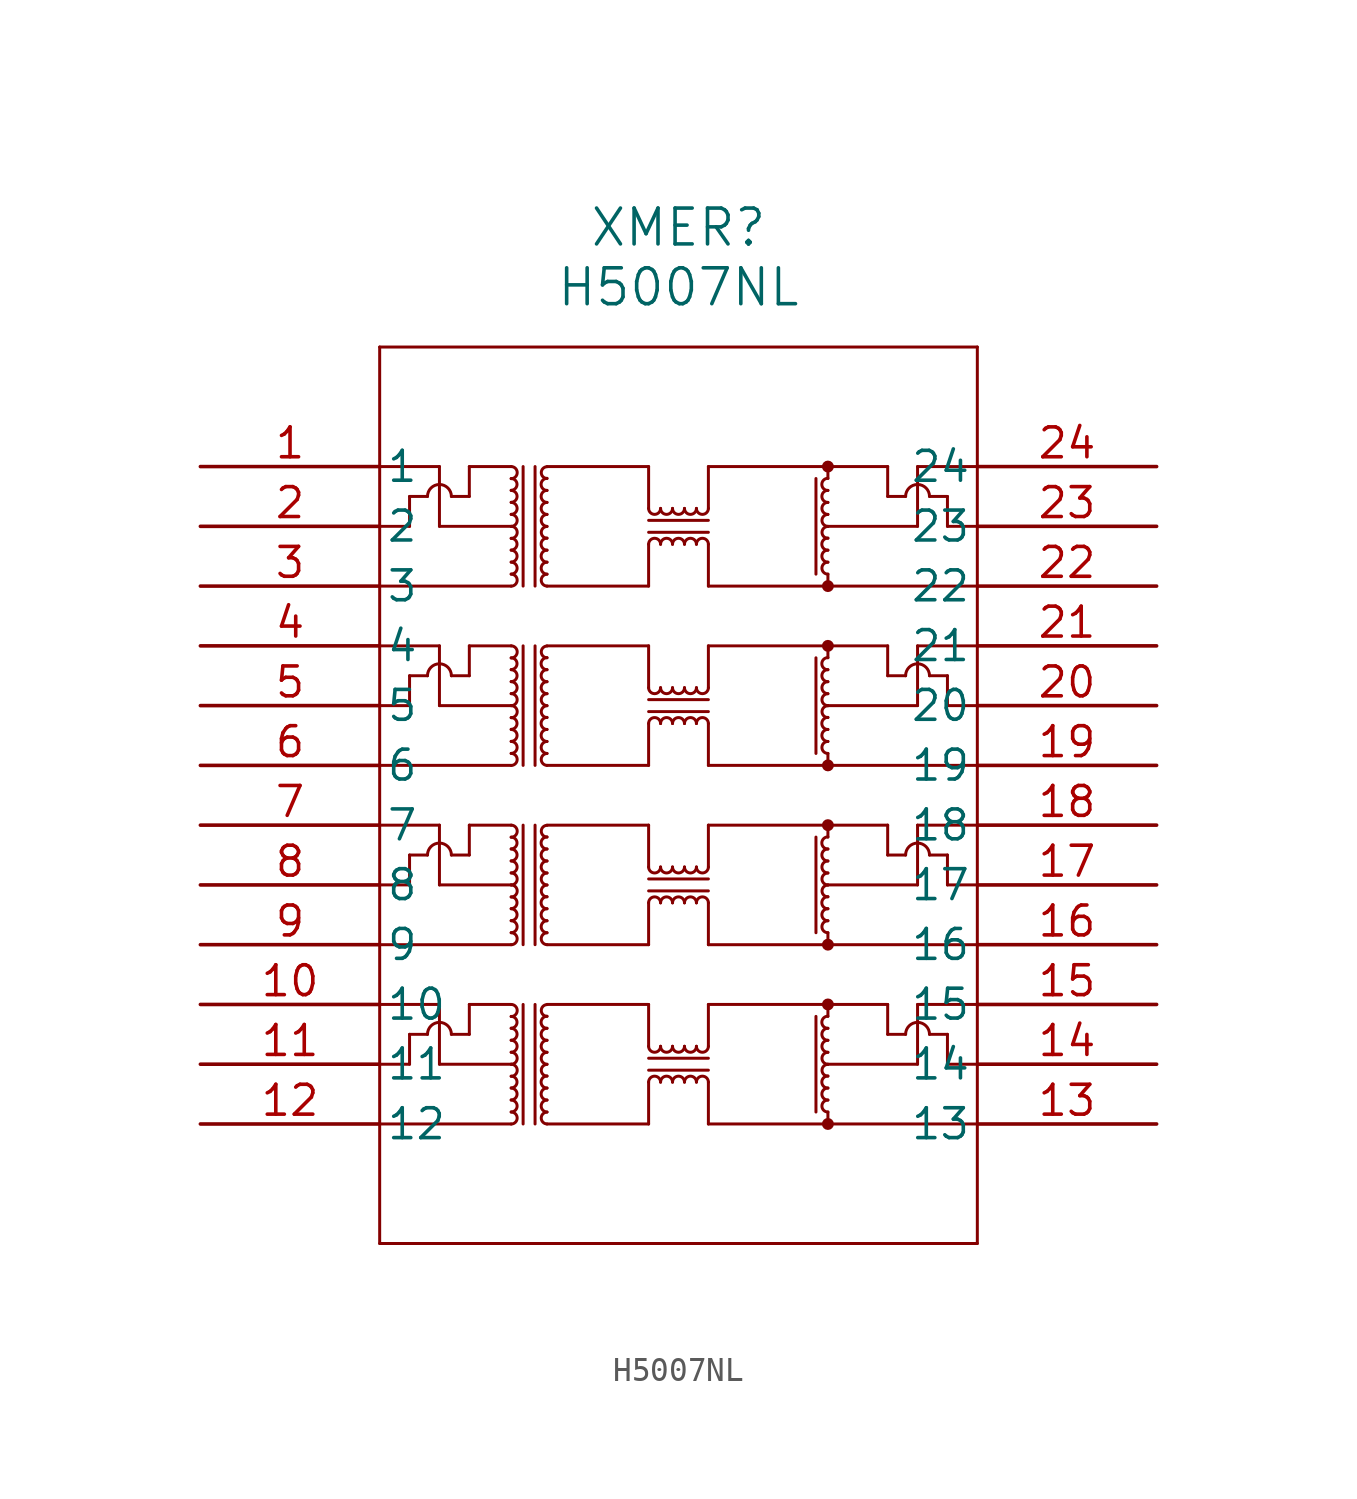
<source format=kicad_sym>
(kicad_symbol_lib
  (version 20211014)
  (generator kicad_symbol_editor)
  (symbol "H5007NL"
    (pin_names
      (offset 0.254))
    (property "Reference" "XMER"
      (at 20.32 10.16 0)
      (effects (font (size 1.524 1.524))))
    (property "Value" "H5007NL"
      (at 20.32 7.62 0)
      (effects (font (size 1.524 1.524))))
    (symbol "H5007NL_0_1"
      (polyline (pts (xy 7.62 5.08) (xy 7.62 -33.02)) (stroke (width 0.127) (type default) (color 0 0 0 0)) (fill (type none)))
      (polyline (pts (xy 7.62 -33.02) (xy 33.02 -33.02)) (stroke (width 0.127) (type default) (color 0 0 0 0)) (fill (type none)))
      (polyline (pts (xy 33.02 -33.02) (xy 33.02 5.08)) (stroke (width 0.127) (type default) (color 0 0 0 0)) (fill (type none)))
      (polyline (pts (xy 33.02 5.08) (xy 7.62 5.08)) (stroke (width 0.127) (type default) (color 0 0 0 0)) (fill (type none)))
      (arc (start 13.208 -4.064) (mid 13.462 -3.81) (end 13.208 -3.556) (stroke (width 0.127) (type default) (color 0 0 0 0)) (fill (type none)))
      (polyline (pts (xy 13.716 0) (xy 13.716 -5.08)) (stroke (width 0.127) (type default) (color 0 0 0 0)) (fill (type none)))
      (polyline (pts (xy 14.224 -5.08) (xy 14.224 0)) (stroke (width 0.127) (type default) (color 0 0 0 0)) (fill (type none)))
      (arc (start 13.208 -3.556) (mid 13.462 -3.302) (end 13.208 -3.048) (stroke (width 0.127) (type default) (color 0 0 0 0)) (fill (type none)))
      (arc (start 13.208 -3.048) (mid 13.462 -2.794) (end 13.208 -2.54) (stroke (width 0.127) (type default) (color 0 0 0 0)) (fill (type none)))
      (arc (start 13.208 -2.54) (mid 13.462 -2.286) (end 13.208 -2.032) (stroke (width 0.127) (type default) (color 0 0 0 0)) (fill (type none)))
      (arc (start 13.208 -0.508) (mid 13.462 -0.254) (end 13.208 0) (stroke (width 0.127) (type default) (color 0 0 0 0)) (fill (type none)))
      (arc (start 13.208 -1.016) (mid 13.462 -0.762) (end 13.208 -0.508) (stroke (width 0.127) (type default) (color 0 0 0 0)) (fill (type none)))
      (arc (start 13.208 -1.524) (mid 13.462 -1.27) (end 13.208 -1.016) (stroke (width 0.127) (type default) (color 0 0 0 0)) (fill (type none)))
      (arc (start 13.208 -2.032) (mid 13.462 -1.778) (end 13.208 -1.524) (stroke (width 0.127) (type default) (color 0 0 0 0)) (fill (type none)))
      (arc (start 13.208 -4.572) (mid 13.462 -4.318) (end 13.208 -4.064) (stroke (width 0.127) (type default) (color 0 0 0 0)) (fill (type none)))
      (arc (start 13.208 -5.08) (mid 13.462 -4.826) (end 13.208 -4.572) (stroke (width 0.127) (type default) (color 0 0 0 0)) (fill (type none)))
      (arc (start 14.732 -1.016) (mid 14.478 -1.27) (end 14.732 -1.524) (stroke (width 0.127) (type default) (color 0 0 0 0)) (fill (type none)))
      (arc (start 14.732 -1.524) (mid 14.478 -1.778) (end 14.732 -2.032) (stroke (width 0.127) (type default) (color 0 0 0 0)) (fill (type none)))
      (arc (start 14.732 -2.032) (mid 14.478 -2.286) (end 14.732 -2.54) (stroke (width 0.127) (type default) (color 0 0 0 0)) (fill (type none)))
      (arc (start 14.732 -2.54) (mid 14.478 -2.794) (end 14.732 -3.048) (stroke (width 0.127) (type default) (color 0 0 0 0)) (fill (type none)))
      (arc (start 14.732 -4.572) (mid 14.478 -4.826) (end 14.732 -5.08) (stroke (width 0.127) (type default) (color 0 0 0 0)) (fill (type none)))
      (arc (start 14.732 -4.064) (mid 14.478 -4.318) (end 14.732 -4.572) (stroke (width 0.127) (type default) (color 0 0 0 0)) (fill (type none)))
      (arc (start 14.732 -3.556) (mid 14.478 -3.81) (end 14.732 -4.064) (stroke (width 0.127) (type default) (color 0 0 0 0)) (fill (type none)))
      (arc (start 14.732 -3.048) (mid 14.478 -3.302) (end 14.732 -3.556) (stroke (width 0.127) (type default) (color 0 0 0 0)) (fill (type none)))
      (arc (start 14.732 -0.508) (mid 14.478 -0.762) (end 14.732 -1.016) (stroke (width 0.127) (type default) (color 0 0 0 0)) (fill (type none)))
      (arc (start 14.732 0) (mid 14.478 -0.254) (end 14.732 -0.508) (stroke (width 0.127) (type default) (color 0 0 0 0)) (fill (type none)))
      (polyline (pts (xy 26.162 -0.508) (xy 26.162 -4.572)) (stroke (width 0.127) (type default) (color 0 0 0 0)) (fill (type none)))
      (arc (start 26.67 -1.016) (mid 26.416 -1.27) (end 26.67 -1.524) (stroke (width 0.127) (type default) (color 0 0 0 0)) (fill (type none)))
      (arc (start 26.67 -1.524) (mid 26.416 -1.778) (end 26.67 -2.032) (stroke (width 0.127) (type default) (color 0 0 0 0)) (fill (type none)))
      (arc (start 26.67 -2.032) (mid 26.416 -2.286) (end 26.67 -2.54) (stroke (width 0.127) (type default) (color 0 0 0 0)) (fill (type none)))
      (arc (start 26.67 -2.54) (mid 26.416 -2.794) (end 26.67 -3.048) (stroke (width 0.127) (type default) (color 0 0 0 0)) (fill (type none)))
      (polyline (pts (xy 26.67 -4.572) (xy 26.67 -5.08)) (stroke (width 0.127) (type default) (color 0 0 0 0)) (fill (type none)))
      (arc (start 26.67 -4.064) (mid 26.416 -4.318) (end 26.67 -4.572) (stroke (width 0.127) (type default) (color 0 0 0 0)) (fill (type none)))
      (arc (start 26.67 -3.556) (mid 26.416 -3.81) (end 26.67 -4.064) (stroke (width 0.127) (type default) (color 0 0 0 0)) (fill (type none)))
      (arc (start 26.67 -3.048) (mid 26.416 -3.302) (end 26.67 -3.556) (stroke (width 0.127) (type default) (color 0 0 0 0)) (fill (type none)))
      (arc (start 26.67 -0.508) (mid 26.416 -0.762) (end 26.67 -1.016) (stroke (width 0.127) (type default) (color 0 0 0 0)) (fill (type none)))
      (polyline (pts (xy 26.67 -0.508) (xy 26.67 0)) (stroke (width 0.127) (type default) (color 0 0 0 0)) (fill (type none)))
      (arc (start 21.59 -3.302) (mid 21.336 -3.048) (end 21.082 -3.302) (stroke (width 0.127) (type default) (color 0 0 0 0)) (fill (type none)))
      (arc (start 19.558 -3.302) (mid 19.304 -3.048) (end 19.05 -3.302) (stroke (width 0.127) (type default) (color 0 0 0 0)) (fill (type none)))
      (arc (start 20.066 -3.302) (mid 19.812 -3.048) (end 19.558 -3.302) (stroke (width 0.127) (type default) (color 0 0 0 0)) (fill (type none)))
      (arc (start 20.574 -3.302) (mid 20.32 -3.048) (end 20.066 -3.302) (stroke (width 0.127) (type default) (color 0 0 0 0)) (fill (type none)))
      (arc (start 21.082 -3.302) (mid 20.828 -3.048) (end 20.574 -3.302) (stroke (width 0.127) (type default) (color 0 0 0 0)) (fill (type none)))
      (arc (start 20.066 -1.778) (mid 20.32 -2.032) (end 20.574 -1.778) (stroke (width 0.127) (type default) (color 0 0 0 0)) (fill (type none)))
      (arc (start 20.574 -1.778) (mid 20.828 -2.032) (end 21.082 -1.778) (stroke (width 0.127) (type default) (color 0 0 0 0)) (fill (type none)))
      (arc (start 21.082 -1.778) (mid 21.336 -2.032) (end 21.59 -1.778) (stroke (width 0.127) (type default) (color 0 0 0 0)) (fill (type none)))
      (arc (start 19.558 -1.778) (mid 19.812 -2.032) (end 20.066 -1.778) (stroke (width 0.127) (type default) (color 0 0 0 0)) (fill (type none)))
      (arc (start 19.05 -1.778) (mid 19.304 -2.032) (end 19.558 -1.778) (stroke (width 0.127) (type default) (color 0 0 0 0)) (fill (type none)))
      (polyline (pts (xy 19.05 -2.286) (xy 21.59 -2.286)) (stroke (width 0.127) (type default) (color 0 0 0 0)) (fill (type none)))
      (polyline (pts (xy 21.59 -2.794) (xy 19.05 -2.794)) (stroke (width 0.127) (type default) (color 0 0 0 0)) (fill (type none)))
      (polyline (pts (xy 7.62 0) (xy 10.16 0)) (stroke (width 0.127) (type default) (color 0 0 0 0)) (fill (type none)))
      (polyline (pts (xy 7.62 -2.54) (xy 8.89 -2.54)) (stroke (width 0.127) (type default) (color 0 0 0 0)) (fill (type none)))
      (polyline (pts (xy 8.89 -2.54) (xy 8.89 -1.27)) (stroke (width 0.127) (type default) (color 0 0 0 0)) (fill (type none)))
      (polyline (pts (xy 11.43 -1.27) (xy 11.43 0)) (stroke (width 0.127) (type default) (color 0 0 0 0)) (fill (type none)))
      (polyline (pts (xy 11.43 0) (xy 13.208 0)) (stroke (width 0.127) (type default) (color 0 0 0 0)) (fill (type none)))
      (polyline (pts (xy 10.16 -2.54) (xy 13.208 -2.54)) (stroke (width 0.127) (type default) (color 0 0 0 0)) (fill (type none)))
      (polyline (pts (xy 7.62 -5.08) (xy 13.208 -5.08)) (stroke (width 0.127) (type default) (color 0 0 0 0)) (fill (type none)))
      (polyline (pts (xy 14.732 -5.08) (xy 19.05 -5.08)) (stroke (width 0.127) (type default) (color 0 0 0 0)) (fill (type none)))
      (polyline (pts (xy 19.05 -5.08) (xy 19.05 -3.302)) (stroke (width 0.127) (type default) (color 0 0 0 0)) (fill (type none)))
      (polyline (pts (xy 19.05 -1.778) (xy 19.05 0)) (stroke (width 0.127) (type default) (color 0 0 0 0)) (fill (type none)))
      (polyline (pts (xy 14.732 0) (xy 19.05 0)) (stroke (width 0.127) (type default) (color 0 0 0 0)) (fill (type none)))
      (polyline (pts (xy 21.59 -1.778) (xy 21.59 0)) (stroke (width 0.127) (type default) (color 0 0 0 0)) (fill (type none)))
      (polyline (pts (xy 21.59 -3.302) (xy 21.59 -5.08)) (stroke (width 0.127) (type default) (color 0 0 0 0)) (fill (type none)))
      (polyline (pts (xy 21.59 -5.08) (xy 33.02 -5.08)) (stroke (width 0.127) (type default) (color 0 0 0 0)) (fill (type none)))
      (polyline (pts (xy 33.02 0) (xy 30.48 0)) (stroke (width 0.127) (type default) (color 0 0 0 0)) (fill (type none)))
      (polyline (pts (xy 30.48 -2.54) (xy 26.67 -2.54)) (stroke (width 0.127) (type default) (color 0 0 0 0)) (fill (type none)))
      (polyline (pts (xy 33.02 -2.54) (xy 31.75 -2.54)) (stroke (width 0.127) (type default) (color 0 0 0 0)) (fill (type none)))
      (polyline (pts (xy 31.75 -1.27) (xy 31.75 -2.54)) (stroke (width 0.127) (type default) (color 0 0 0 0)) (fill (type none)))
      (polyline (pts (xy 29.21 -1.27) (xy 29.21 0)) (stroke (width 0.127) (type default) (color 0 0 0 0)) (fill (type none)))
      (polyline (pts (xy 29.21 0) (xy 21.59 0)) (stroke (width 0.127) (type default) (color 0 0 0 0)) (fill (type none)))
      (polyline (pts (xy 29.21 -1.27) (xy 29.972 -1.27)) (stroke (width 0.127) (type default) (color 0 0 0 0)) (fill (type none)))
      (polyline (pts (xy 30.988 -1.27) (xy 31.75 -1.27)) (stroke (width 0.127) (type default) (color 0 0 0 0)) (fill (type none)))
      (polyline (pts (xy 30.48 0) (xy 30.48 -2.54)) (stroke (width 0.127) (type default) (color 0 0 0 0)) (fill (type none)))
      (polyline (pts (xy 10.16 0) (xy 10.16 -2.54)) (stroke (width 0.127) (type default) (color 0 0 0 0)) (fill (type none)))
      (polyline (pts (xy 8.89 -1.27) (xy 9.652 -1.27)) (stroke (width 0.127) (type default) (color 0 0 0 0)) (fill (type none)))
      (polyline (pts (xy 10.668 -1.27) (xy 11.43 -1.27)) (stroke (width 0.127) (type default) (color 0 0 0 0)) (fill (type none)))
      (arc (start 10.668 -1.27) (mid 10.16 -0.762) (end 9.652 -1.27) (stroke (width 0.127) (type default) (color 0 0 0 0)) (fill (type none)))
      (arc (start 30.988 -1.27) (mid 30.48 -0.762) (end 29.972 -1.27) (stroke (width 0.127) (type default) (color 0 0 0 0)) (fill (type none)))
      (circle (center 26.67 -5.08) (radius 0.127) (stroke (width 0.254) (type default) (color 0 0 0 0)) (fill (type none)))
      (circle (center 26.67 0) (radius 0.127) (stroke (width 0.254) (type default) (color 0 0 0 0)) (fill (type none)))
      (arc (start 13.208 -11.684) (mid 13.462 -11.43) (end 13.208 -11.176) (stroke (width 0.127) (type default) (color 0 0 0 0)) (fill (type none)))
      (polyline (pts (xy 13.716 -7.62) (xy 13.716 -12.7)) (stroke (width 0.127) (type default) (color 0 0 0 0)) (fill (type none)))
      (polyline (pts (xy 14.224 -12.7) (xy 14.224 -7.62)) (stroke (width 0.127) (type default) (color 0 0 0 0)) (fill (type none)))
      (arc (start 13.208 -11.176) (mid 13.462 -10.922) (end 13.208 -10.668) (stroke (width 0.127) (type default) (color 0 0 0 0)) (fill (type none)))
      (arc (start 13.208 -10.668) (mid 13.462 -10.414) (end 13.208 -10.16) (stroke (width 0.127) (type default) (color 0 0 0 0)) (fill (type none)))
      (arc (start 13.208 -10.16) (mid 13.462 -9.906) (end 13.208 -9.652) (stroke (width 0.127) (type default) (color 0 0 0 0)) (fill (type none)))
      (arc (start 13.208 -8.128) (mid 13.462 -7.874) (end 13.208 -7.62) (stroke (width 0.127) (type default) (color 0 0 0 0)) (fill (type none)))
      (arc (start 13.208 -8.636) (mid 13.462 -8.382) (end 13.208 -8.128) (stroke (width 0.127) (type default) (color 0 0 0 0)) (fill (type none)))
      (arc (start 13.208 -9.144) (mid 13.462 -8.89) (end 13.208 -8.636) (stroke (width 0.127) (type default) (color 0 0 0 0)) (fill (type none)))
      (arc (start 13.208 -9.652) (mid 13.462 -9.398) (end 13.208 -9.144) (stroke (width 0.127) (type default) (color 0 0 0 0)) (fill (type none)))
      (arc (start 13.208 -12.192) (mid 13.462 -11.938) (end 13.208 -11.684) (stroke (width 0.127) (type default) (color 0 0 0 0)) (fill (type none)))
      (arc (start 13.208 -12.7) (mid 13.462 -12.446) (end 13.208 -12.192) (stroke (width 0.127) (type default) (color 0 0 0 0)) (fill (type none)))
      (arc (start 14.732 -8.636) (mid 14.478 -8.89) (end 14.732 -9.144) (stroke (width 0.127) (type default) (color 0 0 0 0)) (fill (type none)))
      (arc (start 14.732 -9.144) (mid 14.478 -9.398) (end 14.732 -9.652) (stroke (width 0.127) (type default) (color 0 0 0 0)) (fill (type none)))
      (arc (start 14.732 -9.652) (mid 14.478 -9.906) (end 14.732 -10.16) (stroke (width 0.127) (type default) (color 0 0 0 0)) (fill (type none)))
      (arc (start 14.732 -10.16) (mid 14.478 -10.414) (end 14.732 -10.668) (stroke (width 0.127) (type default) (color 0 0 0 0)) (fill (type none)))
      (arc (start 14.732 -12.192) (mid 14.478 -12.446) (end 14.732 -12.7) (stroke (width 0.127) (type default) (color 0 0 0 0)) (fill (type none)))
      (arc (start 14.732 -11.684) (mid 14.478 -11.938) (end 14.732 -12.192) (stroke (width 0.127) (type default) (color 0 0 0 0)) (fill (type none)))
      (arc (start 14.732 -11.176) (mid 14.478 -11.43) (end 14.732 -11.684) (stroke (width 0.127) (type default) (color 0 0 0 0)) (fill (type none)))
      (arc (start 14.732 -10.668) (mid 14.478 -10.922) (end 14.732 -11.176) (stroke (width 0.127) (type default) (color 0 0 0 0)) (fill (type none)))
      (arc (start 14.732 -8.128) (mid 14.478 -8.382) (end 14.732 -8.636) (stroke (width 0.127) (type default) (color 0 0 0 0)) (fill (type none)))
      (arc (start 14.732 -7.62) (mid 14.478 -7.874) (end 14.732 -8.128) (stroke (width 0.127) (type default) (color 0 0 0 0)) (fill (type none)))
      (polyline (pts (xy 26.162 -8.128) (xy 26.162 -12.192)) (stroke (width 0.127) (type default) (color 0 0 0 0)) (fill (type none)))
      (arc (start 26.67 -8.636) (mid 26.416 -8.89) (end 26.67 -9.144) (stroke (width 0.127) (type default) (color 0 0 0 0)) (fill (type none)))
      (arc (start 26.67 -9.144) (mid 26.416 -9.398) (end 26.67 -9.652) (stroke (width 0.127) (type default) (color 0 0 0 0)) (fill (type none)))
      (arc (start 26.67 -9.652) (mid 26.416 -9.906) (end 26.67 -10.16) (stroke (width 0.127) (type default) (color 0 0 0 0)) (fill (type none)))
      (arc (start 26.67 -10.16) (mid 26.416 -10.414) (end 26.67 -10.668) (stroke (width 0.127) (type default) (color 0 0 0 0)) (fill (type none)))
      (polyline (pts (xy 26.67 -12.192) (xy 26.67 -12.7)) (stroke (width 0.127) (type default) (color 0 0 0 0)) (fill (type none)))
      (arc (start 26.67 -11.684) (mid 26.416 -11.938) (end 26.67 -12.192) (stroke (width 0.127) (type default) (color 0 0 0 0)) (fill (type none)))
      (arc (start 26.67 -11.176) (mid 26.416 -11.43) (end 26.67 -11.684) (stroke (width 0.127) (type default) (color 0 0 0 0)) (fill (type none)))
      (arc (start 26.67 -10.668) (mid 26.416 -10.922) (end 26.67 -11.176) (stroke (width 0.127) (type default) (color 0 0 0 0)) (fill (type none)))
      (arc (start 26.67 -8.128) (mid 26.416 -8.382) (end 26.67 -8.636) (stroke (width 0.127) (type default) (color 0 0 0 0)) (fill (type none)))
      (polyline (pts (xy 26.67 -8.128) (xy 26.67 -7.62)) (stroke (width 0.127) (type default) (color 0 0 0 0)) (fill (type none)))
      (arc (start 21.59 -10.922) (mid 21.336 -10.668) (end 21.082 -10.922) (stroke (width 0.127) (type default) (color 0 0 0 0)) (fill (type none)))
      (arc (start 19.558 -10.922) (mid 19.304 -10.668) (end 19.05 -10.922) (stroke (width 0.127) (type default) (color 0 0 0 0)) (fill (type none)))
      (arc (start 20.066 -10.922) (mid 19.812 -10.668) (end 19.558 -10.922) (stroke (width 0.127) (type default) (color 0 0 0 0)) (fill (type none)))
      (arc (start 20.574 -10.922) (mid 20.32 -10.668) (end 20.066 -10.922) (stroke (width 0.127) (type default) (color 0 0 0 0)) (fill (type none)))
      (arc (start 21.082 -10.922) (mid 20.828 -10.668) (end 20.574 -10.922) (stroke (width 0.127) (type default) (color 0 0 0 0)) (fill (type none)))
      (arc (start 20.066 -9.398) (mid 20.32 -9.652) (end 20.574 -9.398) (stroke (width 0.127) (type default) (color 0 0 0 0)) (fill (type none)))
      (arc (start 20.574 -9.398) (mid 20.828 -9.652) (end 21.082 -9.398) (stroke (width 0.127) (type default) (color 0 0 0 0)) (fill (type none)))
      (arc (start 21.082 -9.398) (mid 21.336 -9.652) (end 21.59 -9.398) (stroke (width 0.127) (type default) (color 0 0 0 0)) (fill (type none)))
      (arc (start 19.558 -9.398) (mid 19.812 -9.652) (end 20.066 -9.398) (stroke (width 0.127) (type default) (color 0 0 0 0)) (fill (type none)))
      (arc (start 19.05 -9.398) (mid 19.304 -9.652) (end 19.558 -9.398) (stroke (width 0.127) (type default) (color 0 0 0 0)) (fill (type none)))
      (polyline (pts (xy 19.05 -9.906) (xy 21.59 -9.906)) (stroke (width 0.127) (type default) (color 0 0 0 0)) (fill (type none)))
      (polyline (pts (xy 21.59 -10.414) (xy 19.05 -10.414)) (stroke (width 0.127) (type default) (color 0 0 0 0)) (fill (type none)))
      (polyline (pts (xy 7.62 -7.62) (xy 10.16 -7.62)) (stroke (width 0.127) (type default) (color 0 0 0 0)) (fill (type none)))
      (polyline (pts (xy 7.62 -10.16) (xy 8.89 -10.16)) (stroke (width 0.127) (type default) (color 0 0 0 0)) (fill (type none)))
      (polyline (pts (xy 8.89 -10.16) (xy 8.89 -8.89)) (stroke (width 0.127) (type default) (color 0 0 0 0)) (fill (type none)))
      (polyline (pts (xy 11.43 -8.89) (xy 11.43 -7.62)) (stroke (width 0.127) (type default) (color 0 0 0 0)) (fill (type none)))
      (polyline (pts (xy 11.43 -7.62) (xy 13.208 -7.62)) (stroke (width 0.127) (type default) (color 0 0 0 0)) (fill (type none)))
      (polyline (pts (xy 10.16 -10.16) (xy 13.208 -10.16)) (stroke (width 0.127) (type default) (color 0 0 0 0)) (fill (type none)))
      (polyline (pts (xy 7.62 -12.7) (xy 13.208 -12.7)) (stroke (width 0.127) (type default) (color 0 0 0 0)) (fill (type none)))
      (polyline (pts (xy 14.732 -12.7) (xy 19.05 -12.7)) (stroke (width 0.127) (type default) (color 0 0 0 0)) (fill (type none)))
      (polyline (pts (xy 19.05 -12.7) (xy 19.05 -10.922)) (stroke (width 0.127) (type default) (color 0 0 0 0)) (fill (type none)))
      (polyline (pts (xy 19.05 -9.398) (xy 19.05 -7.62)) (stroke (width 0.127) (type default) (color 0 0 0 0)) (fill (type none)))
      (polyline (pts (xy 14.732 -7.62) (xy 19.05 -7.62)) (stroke (width 0.127) (type default) (color 0 0 0 0)) (fill (type none)))
      (polyline (pts (xy 21.59 -9.398) (xy 21.59 -7.62)) (stroke (width 0.127) (type default) (color 0 0 0 0)) (fill (type none)))
      (polyline (pts (xy 21.59 -10.922) (xy 21.59 -12.7)) (stroke (width 0.127) (type default) (color 0 0 0 0)) (fill (type none)))
      (polyline (pts (xy 21.59 -12.7) (xy 33.02 -12.7)) (stroke (width 0.127) (type default) (color 0 0 0 0)) (fill (type none)))
      (polyline (pts (xy 33.02 -7.62) (xy 30.48 -7.62)) (stroke (width 0.127) (type default) (color 0 0 0 0)) (fill (type none)))
      (polyline (pts (xy 30.48 -10.16) (xy 26.67 -10.16)) (stroke (width 0.127) (type default) (color 0 0 0 0)) (fill (type none)))
      (polyline (pts (xy 33.02 -10.16) (xy 31.75 -10.16)) (stroke (width 0.127) (type default) (color 0 0 0 0)) (fill (type none)))
      (polyline (pts (xy 31.75 -8.89) (xy 31.75 -10.16)) (stroke (width 0.127) (type default) (color 0 0 0 0)) (fill (type none)))
      (polyline (pts (xy 29.21 -8.89) (xy 29.21 -7.62)) (stroke (width 0.127) (type default) (color 0 0 0 0)) (fill (type none)))
      (polyline (pts (xy 29.21 -7.62) (xy 21.59 -7.62)) (stroke (width 0.127) (type default) (color 0 0 0 0)) (fill (type none)))
      (polyline (pts (xy 29.21 -8.89) (xy 29.972 -8.89)) (stroke (width 0.127) (type default) (color 0 0 0 0)) (fill (type none)))
      (polyline (pts (xy 30.988 -8.89) (xy 31.75 -8.89)) (stroke (width 0.127) (type default) (color 0 0 0 0)) (fill (type none)))
      (polyline (pts (xy 30.48 -7.62) (xy 30.48 -10.16)) (stroke (width 0.127) (type default) (color 0 0 0 0)) (fill (type none)))
      (polyline (pts (xy 10.16 -7.62) (xy 10.16 -10.16)) (stroke (width 0.127) (type default) (color 0 0 0 0)) (fill (type none)))
      (polyline (pts (xy 8.89 -8.89) (xy 9.652 -8.89)) (stroke (width 0.127) (type default) (color 0 0 0 0)) (fill (type none)))
      (polyline (pts (xy 10.668 -8.89) (xy 11.43 -8.89)) (stroke (width 0.127) (type default) (color 0 0 0 0)) (fill (type none)))
      (arc (start 10.668 -8.89) (mid 10.16 -8.382) (end 9.652 -8.89) (stroke (width 0.127) (type default) (color 0 0 0 0)) (fill (type none)))
      (arc (start 30.988 -8.89) (mid 30.48 -8.382) (end 29.972 -8.89) (stroke (width 0.127) (type default) (color 0 0 0 0)) (fill (type none)))
      (circle (center 26.67 -12.7) (radius 0.127) (stroke (width 0.254) (type default) (color 0 0 0 0)) (fill (type none)))
      (circle (center 26.67 -7.62) (radius 0.127) (stroke (width 0.254) (type default) (color 0 0 0 0)) (fill (type none)))
      (arc (start 13.208 -19.304) (mid 13.462 -19.05) (end 13.208 -18.796) (stroke (width 0.127) (type default) (color 0 0 0 0)) (fill (type none)))
      (polyline (pts (xy 13.716 -15.24) (xy 13.716 -20.32)) (stroke (width 0.127) (type default) (color 0 0 0 0)) (fill (type none)))
      (polyline (pts (xy 14.224 -20.32) (xy 14.224 -15.24)) (stroke (width 0.127) (type default) (color 0 0 0 0)) (fill (type none)))
      (arc (start 13.208 -18.796) (mid 13.462 -18.542) (end 13.208 -18.288) (stroke (width 0.127) (type default) (color 0 0 0 0)) (fill (type none)))
      (arc (start 13.208 -18.288) (mid 13.462 -18.034) (end 13.208 -17.78) (stroke (width 0.127) (type default) (color 0 0 0 0)) (fill (type none)))
      (arc (start 13.208 -17.78) (mid 13.462 -17.526) (end 13.208 -17.272) (stroke (width 0.127) (type default) (color 0 0 0 0)) (fill (type none)))
      (arc (start 13.208 -15.748) (mid 13.462 -15.494) (end 13.208 -15.24) (stroke (width 0.127) (type default) (color 0 0 0 0)) (fill (type none)))
      (arc (start 13.208 -16.256) (mid 13.462 -16.002) (end 13.208 -15.748) (stroke (width 0.127) (type default) (color 0 0 0 0)) (fill (type none)))
      (arc (start 13.208 -16.764) (mid 13.462 -16.51) (end 13.208 -16.256) (stroke (width 0.127) (type default) (color 0 0 0 0)) (fill (type none)))
      (arc (start 13.208 -17.272) (mid 13.462 -17.018) (end 13.208 -16.764) (stroke (width 0.127) (type default) (color 0 0 0 0)) (fill (type none)))
      (arc (start 13.208 -19.812) (mid 13.462 -19.558) (end 13.208 -19.304) (stroke (width 0.127) (type default) (color 0 0 0 0)) (fill (type none)))
      (arc (start 13.208 -20.32) (mid 13.462 -20.066) (end 13.208 -19.812) (stroke (width 0.127) (type default) (color 0 0 0 0)) (fill (type none)))
      (arc (start 14.732 -16.256) (mid 14.478 -16.51) (end 14.732 -16.764) (stroke (width 0.127) (type default) (color 0 0 0 0)) (fill (type none)))
      (arc (start 14.732 -16.764) (mid 14.478 -17.018) (end 14.732 -17.272) (stroke (width 0.127) (type default) (color 0 0 0 0)) (fill (type none)))
      (arc (start 14.732 -17.272) (mid 14.478 -17.526) (end 14.732 -17.78) (stroke (width 0.127) (type default) (color 0 0 0 0)) (fill (type none)))
      (arc (start 14.732 -17.78) (mid 14.478 -18.034) (end 14.732 -18.288) (stroke (width 0.127) (type default) (color 0 0 0 0)) (fill (type none)))
      (arc (start 14.732 -19.812) (mid 14.478 -20.066) (end 14.732 -20.32) (stroke (width 0.127) (type default) (color 0 0 0 0)) (fill (type none)))
      (arc (start 14.732 -19.304) (mid 14.478 -19.558) (end 14.732 -19.812) (stroke (width 0.127) (type default) (color 0 0 0 0)) (fill (type none)))
      (arc (start 14.732 -18.796) (mid 14.478 -19.05) (end 14.732 -19.304) (stroke (width 0.127) (type default) (color 0 0 0 0)) (fill (type none)))
      (arc (start 14.732 -18.288) (mid 14.478 -18.542) (end 14.732 -18.796) (stroke (width 0.127) (type default) (color 0 0 0 0)) (fill (type none)))
      (arc (start 14.732 -15.748) (mid 14.478 -16.002) (end 14.732 -16.256) (stroke (width 0.127) (type default) (color 0 0 0 0)) (fill (type none)))
      (arc (start 14.732 -15.24) (mid 14.478 -15.494) (end 14.732 -15.748) (stroke (width 0.127) (type default) (color 0 0 0 0)) (fill (type none)))
      (polyline (pts (xy 26.162 -15.748) (xy 26.162 -19.812)) (stroke (width 0.127) (type default) (color 0 0 0 0)) (fill (type none)))
      (arc (start 26.67 -16.256) (mid 26.416 -16.51) (end 26.67 -16.764) (stroke (width 0.127) (type default) (color 0 0 0 0)) (fill (type none)))
      (arc (start 26.67 -16.764) (mid 26.416 -17.018) (end 26.67 -17.272) (stroke (width 0.127) (type default) (color 0 0 0 0)) (fill (type none)))
      (arc (start 26.67 -17.272) (mid 26.416 -17.526) (end 26.67 -17.78) (stroke (width 0.127) (type default) (color 0 0 0 0)) (fill (type none)))
      (arc (start 26.67 -17.78) (mid 26.416 -18.034) (end 26.67 -18.288) (stroke (width 0.127) (type default) (color 0 0 0 0)) (fill (type none)))
      (polyline (pts (xy 26.67 -19.812) (xy 26.67 -20.32)) (stroke (width 0.127) (type default) (color 0 0 0 0)) (fill (type none)))
      (arc (start 26.67 -19.304) (mid 26.416 -19.558) (end 26.67 -19.812) (stroke (width 0.127) (type default) (color 0 0 0 0)) (fill (type none)))
      (arc (start 26.67 -18.796) (mid 26.416 -19.05) (end 26.67 -19.304) (stroke (width 0.127) (type default) (color 0 0 0 0)) (fill (type none)))
      (arc (start 26.67 -18.288) (mid 26.416 -18.542) (end 26.67 -18.796) (stroke (width 0.127) (type default) (color 0 0 0 0)) (fill (type none)))
      (arc (start 26.67 -15.748) (mid 26.416 -16.002) (end 26.67 -16.256) (stroke (width 0.127) (type default) (color 0 0 0 0)) (fill (type none)))
      (polyline (pts (xy 26.67 -15.748) (xy 26.67 -15.24)) (stroke (width 0.127) (type default) (color 0 0 0 0)) (fill (type none)))
      (arc (start 21.59 -18.542) (mid 21.336 -18.288) (end 21.082 -18.542) (stroke (width 0.127) (type default) (color 0 0 0 0)) (fill (type none)))
      (arc (start 19.558 -18.542) (mid 19.304 -18.288) (end 19.05 -18.542) (stroke (width 0.127) (type default) (color 0 0 0 0)) (fill (type none)))
      (arc (start 20.066 -18.542) (mid 19.812 -18.288) (end 19.558 -18.542) (stroke (width 0.127) (type default) (color 0 0 0 0)) (fill (type none)))
      (arc (start 20.574 -18.542) (mid 20.32 -18.288) (end 20.066 -18.542) (stroke (width 0.127) (type default) (color 0 0 0 0)) (fill (type none)))
      (arc (start 21.082 -18.542) (mid 20.828 -18.288) (end 20.574 -18.542) (stroke (width 0.127) (type default) (color 0 0 0 0)) (fill (type none)))
      (arc (start 20.066 -17.018) (mid 20.32 -17.272) (end 20.574 -17.018) (stroke (width 0.127) (type default) (color 0 0 0 0)) (fill (type none)))
      (arc (start 20.574 -17.018) (mid 20.828 -17.272) (end 21.082 -17.018) (stroke (width 0.127) (type default) (color 0 0 0 0)) (fill (type none)))
      (arc (start 21.082 -17.018) (mid 21.336 -17.272) (end 21.59 -17.018) (stroke (width 0.127) (type default) (color 0 0 0 0)) (fill (type none)))
      (arc (start 19.558 -17.018) (mid 19.812 -17.272) (end 20.066 -17.018) (stroke (width 0.127) (type default) (color 0 0 0 0)) (fill (type none)))
      (arc (start 19.05 -17.018) (mid 19.304 -17.272) (end 19.558 -17.018) (stroke (width 0.127) (type default) (color 0 0 0 0)) (fill (type none)))
      (polyline (pts (xy 19.05 -17.526) (xy 21.59 -17.526)) (stroke (width 0.127) (type default) (color 0 0 0 0)) (fill (type none)))
      (polyline (pts (xy 21.59 -18.034) (xy 19.05 -18.034)) (stroke (width 0.127) (type default) (color 0 0 0 0)) (fill (type none)))
      (polyline (pts (xy 7.62 -15.24) (xy 10.16 -15.24)) (stroke (width 0.127) (type default) (color 0 0 0 0)) (fill (type none)))
      (polyline (pts (xy 7.62 -17.78) (xy 8.89 -17.78)) (stroke (width 0.127) (type default) (color 0 0 0 0)) (fill (type none)))
      (polyline (pts (xy 8.89 -17.78) (xy 8.89 -16.51)) (stroke (width 0.127) (type default) (color 0 0 0 0)) (fill (type none)))
      (polyline (pts (xy 11.43 -16.51) (xy 11.43 -15.24)) (stroke (width 0.127) (type default) (color 0 0 0 0)) (fill (type none)))
      (polyline (pts (xy 11.43 -15.24) (xy 13.208 -15.24)) (stroke (width 0.127) (type default) (color 0 0 0 0)) (fill (type none)))
      (polyline (pts (xy 10.16 -17.78) (xy 13.208 -17.78)) (stroke (width 0.127) (type default) (color 0 0 0 0)) (fill (type none)))
      (polyline (pts (xy 7.62 -20.32) (xy 13.208 -20.32)) (stroke (width 0.127) (type default) (color 0 0 0 0)) (fill (type none)))
      (polyline (pts (xy 14.732 -20.32) (xy 19.05 -20.32)) (stroke (width 0.127) (type default) (color 0 0 0 0)) (fill (type none)))
      (polyline (pts (xy 19.05 -20.32) (xy 19.05 -18.542)) (stroke (width 0.127) (type default) (color 0 0 0 0)) (fill (type none)))
      (polyline (pts (xy 19.05 -17.018) (xy 19.05 -15.24)) (stroke (width 0.127) (type default) (color 0 0 0 0)) (fill (type none)))
      (polyline (pts (xy 14.732 -15.24) (xy 19.05 -15.24)) (stroke (width 0.127) (type default) (color 0 0 0 0)) (fill (type none)))
      (polyline (pts (xy 21.59 -17.018) (xy 21.59 -15.24)) (stroke (width 0.127) (type default) (color 0 0 0 0)) (fill (type none)))
      (polyline (pts (xy 21.59 -18.542) (xy 21.59 -20.32)) (stroke (width 0.127) (type default) (color 0 0 0 0)) (fill (type none)))
      (polyline (pts (xy 21.59 -20.32) (xy 33.02 -20.32)) (stroke (width 0.127) (type default) (color 0 0 0 0)) (fill (type none)))
      (polyline (pts (xy 33.02 -15.24) (xy 30.48 -15.24)) (stroke (width 0.127) (type default) (color 0 0 0 0)) (fill (type none)))
      (polyline (pts (xy 30.48 -17.78) (xy 26.67 -17.78)) (stroke (width 0.127) (type default) (color 0 0 0 0)) (fill (type none)))
      (polyline (pts (xy 33.02 -17.78) (xy 31.75 -17.78)) (stroke (width 0.127) (type default) (color 0 0 0 0)) (fill (type none)))
      (polyline (pts (xy 31.75 -16.51) (xy 31.75 -17.78)) (stroke (width 0.127) (type default) (color 0 0 0 0)) (fill (type none)))
      (polyline (pts (xy 29.21 -16.51) (xy 29.21 -15.24)) (stroke (width 0.127) (type default) (color 0 0 0 0)) (fill (type none)))
      (polyline (pts (xy 29.21 -15.24) (xy 21.59 -15.24)) (stroke (width 0.127) (type default) (color 0 0 0 0)) (fill (type none)))
      (polyline (pts (xy 29.21 -16.51) (xy 29.972 -16.51)) (stroke (width 0.127) (type default) (color 0 0 0 0)) (fill (type none)))
      (polyline (pts (xy 30.988 -16.51) (xy 31.75 -16.51)) (stroke (width 0.127) (type default) (color 0 0 0 0)) (fill (type none)))
      (polyline (pts (xy 30.48 -15.24) (xy 30.48 -17.78)) (stroke (width 0.127) (type default) (color 0 0 0 0)) (fill (type none)))
      (polyline (pts (xy 10.16 -15.24) (xy 10.16 -17.78)) (stroke (width 0.127) (type default) (color 0 0 0 0)) (fill (type none)))
      (polyline (pts (xy 8.89 -16.51) (xy 9.652 -16.51)) (stroke (width 0.127) (type default) (color 0 0 0 0)) (fill (type none)))
      (polyline (pts (xy 10.668 -16.51) (xy 11.43 -16.51)) (stroke (width 0.127) (type default) (color 0 0 0 0)) (fill (type none)))
      (arc (start 10.668 -16.51) (mid 10.16 -16.002) (end 9.652 -16.51) (stroke (width 0.127) (type default) (color 0 0 0 0)) (fill (type none)))
      (arc (start 30.988 -16.51) (mid 30.48 -16.002) (end 29.972 -16.51) (stroke (width 0.127) (type default) (color 0 0 0 0)) (fill (type none)))
      (circle (center 26.67 -20.32) (radius 0.127) (stroke (width 0.254) (type default) (color 0 0 0 0)) (fill (type none)))
      (circle (center 26.67 -15.24) (radius 0.127) (stroke (width 0.254) (type default) (color 0 0 0 0)) (fill (type none)))
      (arc (start 13.208 -26.924) (mid 13.462 -26.67) (end 13.208 -26.416) (stroke (width 0.127) (type default) (color 0 0 0 0)) (fill (type none)))
      (polyline (pts (xy 13.716 -22.86) (xy 13.716 -27.94)) (stroke (width 0.127) (type default) (color 0 0 0 0)) (fill (type none)))
      (polyline (pts (xy 14.224 -27.94) (xy 14.224 -22.86)) (stroke (width 0.127) (type default) (color 0 0 0 0)) (fill (type none)))
      (arc (start 13.208 -26.416) (mid 13.462 -26.162) (end 13.208 -25.908) (stroke (width 0.127) (type default) (color 0 0 0 0)) (fill (type none)))
      (arc (start 13.208 -25.908) (mid 13.462 -25.654) (end 13.208 -25.4) (stroke (width 0.127) (type default) (color 0 0 0 0)) (fill (type none)))
      (arc (start 13.208 -25.4) (mid 13.462 -25.146) (end 13.208 -24.892) (stroke (width 0.127) (type default) (color 0 0 0 0)) (fill (type none)))
      (arc (start 13.208 -23.368) (mid 13.462 -23.114) (end 13.208 -22.86) (stroke (width 0.127) (type default) (color 0 0 0 0)) (fill (type none)))
      (arc (start 13.208 -23.876) (mid 13.462 -23.622) (end 13.208 -23.368) (stroke (width 0.127) (type default) (color 0 0 0 0)) (fill (type none)))
      (arc (start 13.208 -24.384) (mid 13.462 -24.13) (end 13.208 -23.876) (stroke (width 0.127) (type default) (color 0 0 0 0)) (fill (type none)))
      (arc (start 13.208 -24.892) (mid 13.462 -24.638) (end 13.208 -24.384) (stroke (width 0.127) (type default) (color 0 0 0 0)) (fill (type none)))
      (arc (start 13.208 -27.432) (mid 13.462 -27.178) (end 13.208 -26.924) (stroke (width 0.127) (type default) (color 0 0 0 0)) (fill (type none)))
      (arc (start 13.208 -27.94) (mid 13.462 -27.686) (end 13.208 -27.432) (stroke (width 0.127) (type default) (color 0 0 0 0)) (fill (type none)))
      (arc (start 14.732 -23.876) (mid 14.478 -24.13) (end 14.732 -24.384) (stroke (width 0.127) (type default) (color 0 0 0 0)) (fill (type none)))
      (arc (start 14.732 -24.384) (mid 14.478 -24.638) (end 14.732 -24.892) (stroke (width 0.127) (type default) (color 0 0 0 0)) (fill (type none)))
      (arc (start 14.732 -24.892) (mid 14.478 -25.146) (end 14.732 -25.4) (stroke (width 0.127) (type default) (color 0 0 0 0)) (fill (type none)))
      (arc (start 14.732 -25.4) (mid 14.478 -25.654) (end 14.732 -25.908) (stroke (width 0.127) (type default) (color 0 0 0 0)) (fill (type none)))
      (arc (start 14.732 -27.432) (mid 14.478 -27.686) (end 14.732 -27.94) (stroke (width 0.127) (type default) (color 0 0 0 0)) (fill (type none)))
      (arc (start 14.732 -26.924) (mid 14.478 -27.178) (end 14.732 -27.432) (stroke (width 0.127) (type default) (color 0 0 0 0)) (fill (type none)))
      (arc (start 14.732 -26.416) (mid 14.478 -26.67) (end 14.732 -26.924) (stroke (width 0.127) (type default) (color 0 0 0 0)) (fill (type none)))
      (arc (start 14.732 -25.908) (mid 14.478 -26.162) (end 14.732 -26.416) (stroke (width 0.127) (type default) (color 0 0 0 0)) (fill (type none)))
      (arc (start 14.732 -23.368) (mid 14.478 -23.622) (end 14.732 -23.876) (stroke (width 0.127) (type default) (color 0 0 0 0)) (fill (type none)))
      (arc (start 14.732 -22.86) (mid 14.478 -23.114) (end 14.732 -23.368) (stroke (width 0.127) (type default) (color 0 0 0 0)) (fill (type none)))
      (polyline (pts (xy 26.162 -23.368) (xy 26.162 -27.432)) (stroke (width 0.127) (type default) (color 0 0 0 0)) (fill (type none)))
      (arc (start 26.67 -23.876) (mid 26.416 -24.13) (end 26.67 -24.384) (stroke (width 0.127) (type default) (color 0 0 0 0)) (fill (type none)))
      (arc (start 26.67 -24.384) (mid 26.416 -24.638) (end 26.67 -24.892) (stroke (width 0.127) (type default) (color 0 0 0 0)) (fill (type none)))
      (arc (start 26.67 -24.892) (mid 26.416 -25.146) (end 26.67 -25.4) (stroke (width 0.127) (type default) (color 0 0 0 0)) (fill (type none)))
      (arc (start 26.67 -25.4) (mid 26.416 -25.654) (end 26.67 -25.908) (stroke (width 0.127) (type default) (color 0 0 0 0)) (fill (type none)))
      (polyline (pts (xy 26.67 -27.432) (xy 26.67 -27.94)) (stroke (width 0.127) (type default) (color 0 0 0 0)) (fill (type none)))
      (arc (start 26.67 -26.924) (mid 26.416 -27.178) (end 26.67 -27.432) (stroke (width 0.127) (type default) (color 0 0 0 0)) (fill (type none)))
      (arc (start 26.67 -26.416) (mid 26.416 -26.67) (end 26.67 -26.924) (stroke (width 0.127) (type default) (color 0 0 0 0)) (fill (type none)))
      (arc (start 26.67 -25.908) (mid 26.416 -26.162) (end 26.67 -26.416) (stroke (width 0.127) (type default) (color 0 0 0 0)) (fill (type none)))
      (arc (start 26.67 -23.368) (mid 26.416 -23.622) (end 26.67 -23.876) (stroke (width 0.127) (type default) (color 0 0 0 0)) (fill (type none)))
      (polyline (pts (xy 26.67 -23.368) (xy 26.67 -22.86)) (stroke (width 0.127) (type default) (color 0 0 0 0)) (fill (type none)))
      (arc (start 21.59 -26.162) (mid 21.336 -25.908) (end 21.082 -26.162) (stroke (width 0.127) (type default) (color 0 0 0 0)) (fill (type none)))
      (arc (start 19.558 -26.162) (mid 19.304 -25.908) (end 19.05 -26.162) (stroke (width 0.127) (type default) (color 0 0 0 0)) (fill (type none)))
      (arc (start 20.066 -26.162) (mid 19.812 -25.908) (end 19.558 -26.162) (stroke (width 0.127) (type default) (color 0 0 0 0)) (fill (type none)))
      (arc (start 20.574 -26.162) (mid 20.32 -25.908) (end 20.066 -26.162) (stroke (width 0.127) (type default) (color 0 0 0 0)) (fill (type none)))
      (arc (start 21.082 -26.162) (mid 20.828 -25.908) (end 20.574 -26.162) (stroke (width 0.127) (type default) (color 0 0 0 0)) (fill (type none)))
      (arc (start 20.066 -24.638) (mid 20.32 -24.892) (end 20.574 -24.638) (stroke (width 0.127) (type default) (color 0 0 0 0)) (fill (type none)))
      (arc (start 20.574 -24.638) (mid 20.828 -24.892) (end 21.082 -24.638) (stroke (width 0.127) (type default) (color 0 0 0 0)) (fill (type none)))
      (arc (start 21.082 -24.638) (mid 21.336 -24.892) (end 21.59 -24.638) (stroke (width 0.127) (type default) (color 0 0 0 0)) (fill (type none)))
      (arc (start 19.558 -24.638) (mid 19.812 -24.892) (end 20.066 -24.638) (stroke (width 0.127) (type default) (color 0 0 0 0)) (fill (type none)))
      (arc (start 19.05 -24.638) (mid 19.304 -24.892) (end 19.558 -24.638) (stroke (width 0.127) (type default) (color 0 0 0 0)) (fill (type none)))
      (polyline (pts (xy 19.05 -25.146) (xy 21.59 -25.146)) (stroke (width 0.127) (type default) (color 0 0 0 0)) (fill (type none)))
      (polyline (pts (xy 21.59 -25.654) (xy 19.05 -25.654)) (stroke (width 0.127) (type default) (color 0 0 0 0)) (fill (type none)))
      (polyline (pts (xy 7.62 -22.86) (xy 10.16 -22.86)) (stroke (width 0.127) (type default) (color 0 0 0 0)) (fill (type none)))
      (polyline (pts (xy 7.62 -25.4) (xy 8.89 -25.4)) (stroke (width 0.127) (type default) (color 0 0 0 0)) (fill (type none)))
      (polyline (pts (xy 8.89 -25.4) (xy 8.89 -24.13)) (stroke (width 0.127) (type default) (color 0 0 0 0)) (fill (type none)))
      (polyline (pts (xy 11.43 -24.13) (xy 11.43 -22.86)) (stroke (width 0.127) (type default) (color 0 0 0 0)) (fill (type none)))
      (polyline (pts (xy 11.43 -22.86) (xy 13.208 -22.86)) (stroke (width 0.127) (type default) (color 0 0 0 0)) (fill (type none)))
      (polyline (pts (xy 10.16 -25.4) (xy 13.208 -25.4)) (stroke (width 0.127) (type default) (color 0 0 0 0)) (fill (type none)))
      (polyline (pts (xy 7.62 -27.94) (xy 13.208 -27.94)) (stroke (width 0.127) (type default) (color 0 0 0 0)) (fill (type none)))
      (polyline (pts (xy 14.732 -27.94) (xy 19.05 -27.94)) (stroke (width 0.127) (type default) (color 0 0 0 0)) (fill (type none)))
      (polyline (pts (xy 19.05 -27.94) (xy 19.05 -26.162)) (stroke (width 0.127) (type default) (color 0 0 0 0)) (fill (type none)))
      (polyline (pts (xy 19.05 -24.638) (xy 19.05 -22.86)) (stroke (width 0.127) (type default) (color 0 0 0 0)) (fill (type none)))
      (polyline (pts (xy 14.732 -22.86) (xy 19.05 -22.86)) (stroke (width 0.127) (type default) (color 0 0 0 0)) (fill (type none)))
      (polyline (pts (xy 21.59 -24.638) (xy 21.59 -22.86)) (stroke (width 0.127) (type default) (color 0 0 0 0)) (fill (type none)))
      (polyline (pts (xy 21.59 -26.162) (xy 21.59 -27.94)) (stroke (width 0.127) (type default) (color 0 0 0 0)) (fill (type none)))
      (polyline (pts (xy 21.59 -27.94) (xy 33.02 -27.94)) (stroke (width 0.127) (type default) (color 0 0 0 0)) (fill (type none)))
      (polyline (pts (xy 33.02 -22.86) (xy 30.48 -22.86)) (stroke (width 0.127) (type default) (color 0 0 0 0)) (fill (type none)))
      (polyline (pts (xy 30.48 -25.4) (xy 26.67 -25.4)) (stroke (width 0.127) (type default) (color 0 0 0 0)) (fill (type none)))
      (polyline (pts (xy 33.02 -25.4) (xy 31.75 -25.4)) (stroke (width 0.127) (type default) (color 0 0 0 0)) (fill (type none)))
      (polyline (pts (xy 31.75 -24.13) (xy 31.75 -25.4)) (stroke (width 0.127) (type default) (color 0 0 0 0)) (fill (type none)))
      (polyline (pts (xy 29.21 -24.13) (xy 29.21 -22.86)) (stroke (width 0.127) (type default) (color 0 0 0 0)) (fill (type none)))
      (polyline (pts (xy 29.21 -22.86) (xy 21.59 -22.86)) (stroke (width 0.127) (type default) (color 0 0 0 0)) (fill (type none)))
      (polyline (pts (xy 29.21 -24.13) (xy 29.972 -24.13)) (stroke (width 0.127) (type default) (color 0 0 0 0)) (fill (type none)))
      (polyline (pts (xy 30.988 -24.13) (xy 31.75 -24.13)) (stroke (width 0.127) (type default) (color 0 0 0 0)) (fill (type none)))
      (polyline (pts (xy 30.48 -22.86) (xy 30.48 -25.4)) (stroke (width 0.127) (type default) (color 0 0 0 0)) (fill (type none)))
      (polyline (pts (xy 10.16 -22.86) (xy 10.16 -25.4)) (stroke (width 0.127) (type default) (color 0 0 0 0)) (fill (type none)))
      (polyline (pts (xy 8.89 -24.13) (xy 9.652 -24.13)) (stroke (width 0.127) (type default) (color 0 0 0 0)) (fill (type none)))
      (polyline (pts (xy 10.668 -24.13) (xy 11.43 -24.13)) (stroke (width 0.127) (type default) (color 0 0 0 0)) (fill (type none)))
      (arc (start 10.668 -24.13) (mid 10.16 -23.622) (end 9.652 -24.13) (stroke (width 0.127) (type default) (color 0 0 0 0)) (fill (type none)))
      (arc (start 30.988 -24.13) (mid 30.48 -23.622) (end 29.972 -24.13) (stroke (width 0.127) (type default) (color 0 0 0 0)) (fill (type none)))
      (circle (center 26.67 -27.94) (radius 0.127) (stroke (width 0.254) (type default) (color 0 0 0 0)) (fill (type none)))
      (circle (center 26.67 -22.86) (radius 0.127) (stroke (width 0.254) (type default) (color 0 0 0 0)) (fill (type none)))
      (pin unspecified line (at 0 0 0) (length 7.62) (name "1" (effects (font (size 1.27 1.27)))) (number "1" (effects (font (size 1.27 1.27)))))
      (pin unspecified line (at 0 -2.54 0) (length 7.62) (name "2" (effects (font (size 1.27 1.27)))) (number "2" (effects (font (size 1.27 1.27)))))
      (pin unspecified line (at 0 -5.08 0) (length 7.62) (name "3" (effects (font (size 1.27 1.27)))) (number "3" (effects (font (size 1.27 1.27)))))
      (pin unspecified line (at 0 -7.62 0) (length 7.62) (name "4" (effects (font (size 1.27 1.27)))) (number "4" (effects (font (size 1.27 1.27)))))
      (pin unspecified line (at 0 -10.16 0) (length 7.62) (name "5" (effects (font (size 1.27 1.27)))) (number "5" (effects (font (size 1.27 1.27)))))
      (pin unspecified line (at 0 -12.7 0) (length 7.62) (name "6" (effects (font (size 1.27 1.27)))) (number "6" (effects (font (size 1.27 1.27)))))
      (pin unspecified line (at 0 -15.24 0) (length 7.62) (name "7" (effects (font (size 1.27 1.27)))) (number "7" (effects (font (size 1.27 1.27)))))
      (pin unspecified line (at 0 -17.78 0) (length 7.62) (name "8" (effects (font (size 1.27 1.27)))) (number "8" (effects (font (size 1.27 1.27)))))
      (pin unspecified line (at 0 -20.32 0) (length 7.62) (name "9" (effects (font (size 1.27 1.27)))) (number "9" (effects (font (size 1.27 1.27)))))
      (pin unspecified line (at 0 -22.86 0) (length 7.62) (name "10" (effects (font (size 1.27 1.27)))) (number "10" (effects (font (size 1.27 1.27)))))
      (pin unspecified line (at 0 -25.4 0) (length 7.62) (name "11" (effects (font (size 1.27 1.27)))) (number "11" (effects (font (size 1.27 1.27)))))
      (pin unspecified line (at 0 -27.94 0) (length 7.62) (name "12" (effects (font (size 1.27 1.27)))) (number "12" (effects (font (size 1.27 1.27)))))
      (pin unspecified line (at 40.64 -27.94 180) (length 7.62) (name "13" (effects (font (size 1.27 1.27)))) (number "13" (effects (font (size 1.27 1.27)))))
      (pin unspecified line (at 40.64 -25.4 180) (length 7.62) (name "14" (effects (font (size 1.27 1.27)))) (number "14" (effects (font (size 1.27 1.27)))))
      (pin unspecified line (at 40.64 -22.86 180) (length 7.62) (name "15" (effects (font (size 1.27 1.27)))) (number "15" (effects (font (size 1.27 1.27)))))
      (pin unspecified line (at 40.64 -20.32 180) (length 7.62) (name "16" (effects (font (size 1.27 1.27)))) (number "16" (effects (font (size 1.27 1.27)))))
      (pin unspecified line (at 40.64 -17.78 180) (length 7.62) (name "17" (effects (font (size 1.27 1.27)))) (number "17" (effects (font (size 1.27 1.27)))))
      (pin unspecified line (at 40.64 -15.24 180) (length 7.62) (name "18" (effects (font (size 1.27 1.27)))) (number "18" (effects (font (size 1.27 1.27)))))
      (pin unspecified line (at 40.64 -12.7 180) (length 7.62) (name "19" (effects (font (size 1.27 1.27)))) (number "19" (effects (font (size 1.27 1.27)))))
      (pin unspecified line (at 40.64 -10.16 180) (length 7.62) (name "20" (effects (font (size 1.27 1.27)))) (number "20" (effects (font (size 1.27 1.27)))))
      (pin unspecified line (at 40.64 -7.62 180) (length 7.62) (name "21" (effects (font (size 1.27 1.27)))) (number "21" (effects (font (size 1.27 1.27)))))
      (pin unspecified line (at 40.64 -5.08 180) (length 7.62) (name "22" (effects (font (size 1.27 1.27)))) (number "22" (effects (font (size 1.27 1.27)))))
      (pin unspecified line (at 40.64 -2.54 180) (length 7.62) (name "23" (effects (font (size 1.27 1.27)))) (number "23" (effects (font (size 1.27 1.27)))))
      (pin unspecified line (at 40.64 0 180) (length 7.62) (name "24" (effects (font (size 1.27 1.27)))) (number "24" (effects (font (size 1.27 1.27))))))))
</source>
